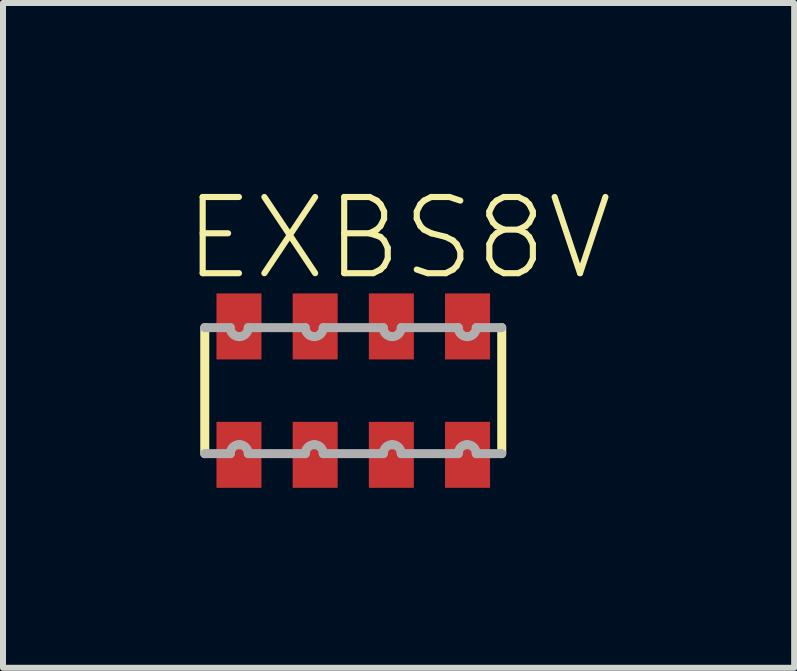
<source format=kicad_pcb>
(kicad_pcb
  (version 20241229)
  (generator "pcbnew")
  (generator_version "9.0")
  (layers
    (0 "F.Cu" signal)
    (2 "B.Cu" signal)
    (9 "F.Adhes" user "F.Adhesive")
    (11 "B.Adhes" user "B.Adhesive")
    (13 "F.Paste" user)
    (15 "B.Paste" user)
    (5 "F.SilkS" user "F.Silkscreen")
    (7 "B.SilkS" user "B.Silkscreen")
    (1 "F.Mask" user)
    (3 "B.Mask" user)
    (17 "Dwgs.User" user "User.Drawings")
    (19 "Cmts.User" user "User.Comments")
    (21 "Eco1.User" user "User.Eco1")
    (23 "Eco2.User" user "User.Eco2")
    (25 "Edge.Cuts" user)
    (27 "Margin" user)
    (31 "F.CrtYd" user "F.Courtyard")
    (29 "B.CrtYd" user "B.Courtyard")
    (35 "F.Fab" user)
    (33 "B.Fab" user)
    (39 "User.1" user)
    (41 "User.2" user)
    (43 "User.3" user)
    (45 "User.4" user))
  (footprint "EXBS8V"
    (layer "F.Cu")
    (at 2.838 3.461)
    (property "Reference" "EXBS8V" (at 0.756 -2.54 0) (layer "F.SilkS") (effects (font (size 1.27 1.27) (thickness 0.102))))
    (attr through_hole)
    (fp_line (start -2.475 1.05) (end -2.475 -1.05) (stroke (width 0.15) (type solid)) (layer "F.SilkS"))
    (fp_line (start 2.475 -1.05) (end 2.475 1.05) (stroke (width 0.15) (type solid)) (layer "F.SilkS"))
    (fp_line (start -2.475 -1.05) (end -2.05 -1.05) (stroke (width 0.15) (type solid)) (layer "F.Fab"))
    (fp_line (start -2.05 1.05) (end -2.475 1.05) (stroke (width 0.15) (type solid)) (layer "F.Fab"))
    (fp_line (start -1.75 -1.05) (end -0.8 -1.05) (stroke (width 0.15) (type solid)) (layer "F.Fab"))
    (fp_line (start -0.8 1.05) (end -1.75 1.05) (stroke (width 0.15) (type solid)) (layer "F.Fab"))
    (fp_line (start -0.5 -1.05) (end 0.5 -1.05) (stroke (width 0.15) (type solid)) (layer "F.Fab"))
    (fp_line (start 0.5 1.05) (end -0.5 1.05) (stroke (width 0.15) (type solid)) (layer "F.Fab"))
    (fp_line (start 0.8 -1.05) (end 1.75 -1.05) (stroke (width 0.15) (type solid)) (layer "F.Fab"))
    (fp_line (start 1.75 1.05) (end 0.8 1.05) (stroke (width 0.15) (type solid)) (layer "F.Fab"))
    (fp_line (start 2.05 -1.05) (end 2.475 -1.05) (stroke (width 0.15) (type solid)) (layer "F.Fab"))
    (fp_line (start 2.475 1.05) (end 2.05 1.05) (stroke (width 0.15) (type solid)) (layer "F.Fab"))
    (fp_arc (start -2.05 1.05) (mid -2.006066 0.943934) (end -1.9 0.9) (stroke (width 0.15) (type solid)) (layer "F.Fab"))
    (fp_arc (start -1.9 -0.9) (mid -2.006066 -0.943934) (end -2.05 -1.05) (stroke (width 0.15) (type solid)) (layer "F.Fab"))
    (fp_arc (start -1.9 0.9) (mid -1.793934 0.943934) (end -1.75 1.05) (stroke (width 0.15) (type solid)) (layer "F.Fab"))
    (fp_arc (start -1.75 -1.05) (mid -1.793934 -0.943934) (end -1.9 -0.9) (stroke (width 0.15) (type solid)) (layer "F.Fab"))
    (fp_arc (start -0.8 1.05) (mid -0.756066 0.943934) (end -0.65 0.9) (stroke (width 0.15) (type solid)) (layer "F.Fab"))
    (fp_arc (start -0.65 -0.9) (mid -0.756066 -0.943934) (end -0.8 -1.05) (stroke (width 0.15) (type solid)) (layer "F.Fab"))
    (fp_arc (start -0.65 0.9) (mid -0.543934 0.943934) (end -0.5 1.05) (stroke (width 0.15) (type solid)) (layer "F.Fab"))
    (fp_arc (start -0.5 -1.05) (mid -0.543934 -0.943934) (end -0.65 -0.9) (stroke (width 0.15) (type solid)) (layer "F.Fab"))
    (fp_arc (start 0.5 1.05) (mid 0.543934 0.943934) (end 0.65 0.9) (stroke (width 0.15) (type solid)) (layer "F.Fab"))
    (fp_arc (start 0.65 -0.9) (mid 0.543934 -0.943934) (end 0.5 -1.05) (stroke (width 0.15) (type solid)) (layer "F.Fab"))
    (fp_arc (start 0.65 0.9) (mid 0.756066 0.943934) (end 0.8 1.05) (stroke (width 0.15) (type solid)) (layer "F.Fab"))
    (fp_arc (start 0.8 -1.05) (mid 0.756066 -0.943934) (end 0.65 -0.9) (stroke (width 0.15) (type solid)) (layer "F.Fab"))
    (fp_arc (start 1.75 1.05) (mid 1.793934 0.943934) (end 1.9 0.9) (stroke (width 0.15) (type solid)) (layer "F.Fab"))
    (fp_arc (start 1.9 -0.9) (mid 1.793934 -0.943934) (end 1.75 -1.05) (stroke (width 0.15) (type solid)) (layer "F.Fab"))
    (fp_arc (start 1.9 0.9) (mid 2.006066 0.943934) (end 2.05 1.05) (stroke (width 0.15) (type solid)) (layer "F.Fab"))
    (fp_arc (start 2.05 -1.05) (mid 2.006066 -0.943934) (end 1.9 -0.9) (stroke (width 0.15) (type solid)) (layer "F.Fab"))
    (pad "1" smd rect (at -1.905 1.07) (size 0.75 1.1) (layers "F.Cu" "F.Mask" "F.Paste"))
    (pad "2" smd rect (at -0.635 1.07) (size 0.75 1.1) (layers "F.Cu" "F.Mask" "F.Paste"))
    (pad "3" smd rect (at 0.635 1.07) (size 0.75 1.1) (layers "F.Cu" "F.Mask" "F.Paste"))
    (pad "4" smd rect (at 1.905 1.07) (size 0.75 1.1) (layers "F.Cu" "F.Mask" "F.Paste"))
    (pad "5" smd rect (at 1.905 -1.07) (size 0.75 1.1) (layers "F.Cu" "F.Mask" "F.Paste"))
    (pad "6" smd rect (at 0.635 -1.07) (size 0.75 1.1) (layers "F.Cu" "F.Mask" "F.Paste"))
    (pad "7" smd rect (at -0.635 -1.07) (size 0.75 1.1) (layers "F.Cu" "F.Mask" "F.Paste"))
    (pad "8" smd rect (at -1.905 -1.07) (size 0.75 1.1) (layers "F.Cu" "F.Mask" "F.Paste")))
  (gr_rect
    (start -3 -3)
    (end 10.187 8.081)
    (stroke (width 0.1) (type default))
    (fill no)
    (layer "Edge.Cuts")))
</source>
